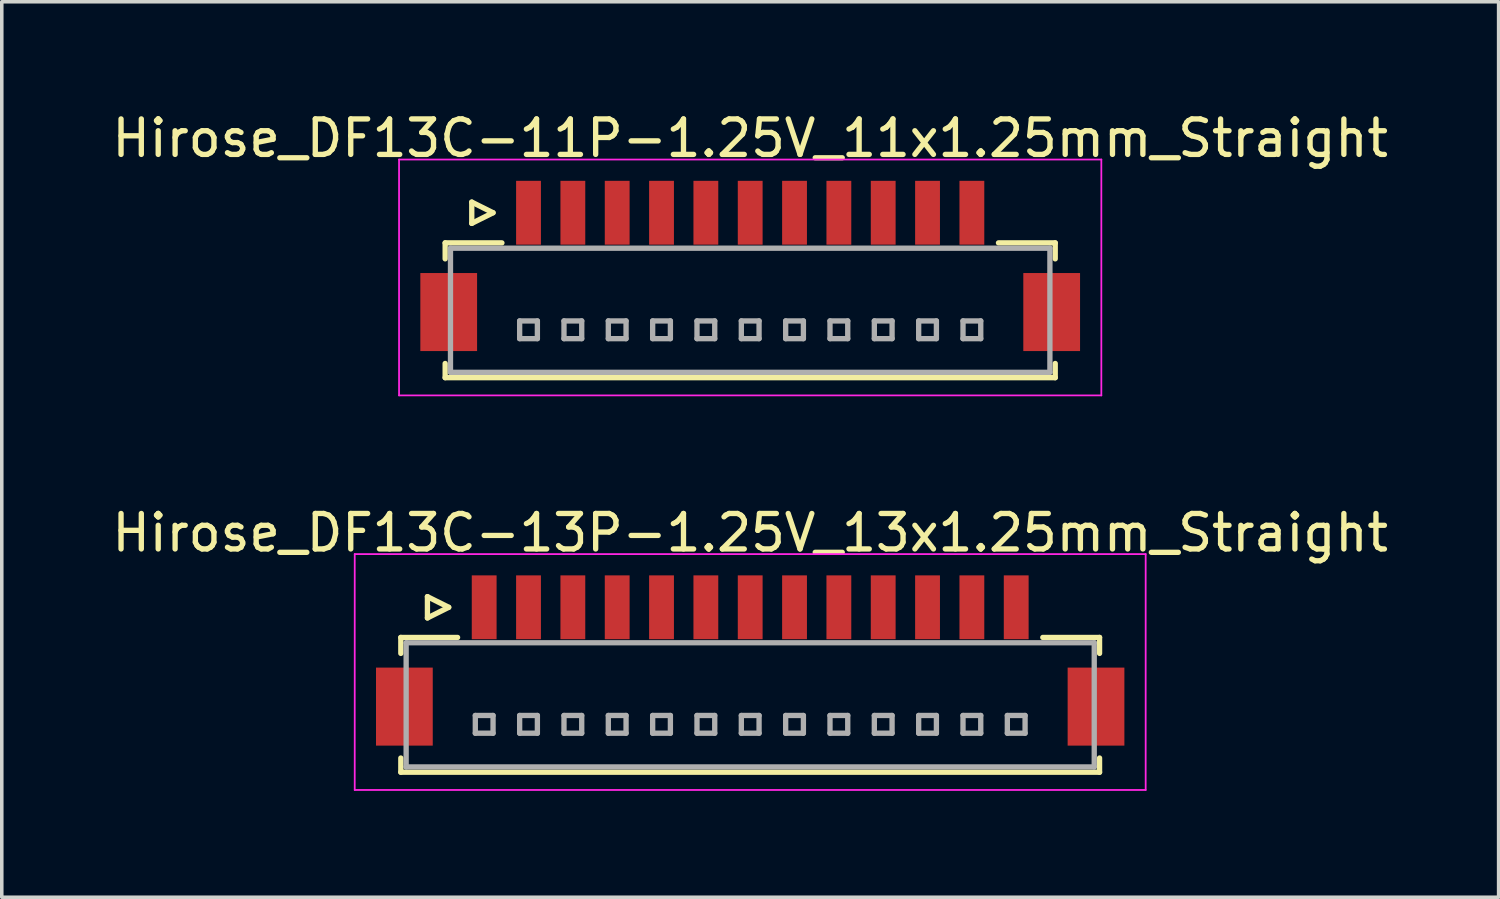
<source format=kicad_pcb>
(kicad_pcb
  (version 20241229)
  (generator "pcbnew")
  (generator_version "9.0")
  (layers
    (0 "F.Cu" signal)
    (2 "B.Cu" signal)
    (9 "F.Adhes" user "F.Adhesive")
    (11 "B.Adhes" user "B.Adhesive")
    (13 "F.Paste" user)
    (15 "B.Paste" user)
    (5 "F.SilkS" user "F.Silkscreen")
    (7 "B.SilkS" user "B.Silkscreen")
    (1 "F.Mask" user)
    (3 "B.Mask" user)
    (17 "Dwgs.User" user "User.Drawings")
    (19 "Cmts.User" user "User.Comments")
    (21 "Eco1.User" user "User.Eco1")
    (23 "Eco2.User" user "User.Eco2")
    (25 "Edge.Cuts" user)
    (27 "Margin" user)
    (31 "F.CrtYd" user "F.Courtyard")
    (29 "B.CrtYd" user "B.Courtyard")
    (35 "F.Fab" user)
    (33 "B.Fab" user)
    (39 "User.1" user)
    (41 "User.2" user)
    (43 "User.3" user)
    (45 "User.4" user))
  (footprint "Hirose_DF13C-13P-1.25V_13x1.25mm_Straight"
    (layer "F.Cu")
    (at 18.101 15.472)
    (property "Reference" "Hirose_DF13C-13P-1.25V_13x1.25mm_Straight" (at 0 -3.5 0) (layer "F.SilkS") (effects (font (size 1 1) (thickness 0.15))))
    (attr smd)
    (fp_line (start -9.85 -0.55) (end -9.85 -0.1) (stroke (width 0.15) (type solid)) (layer "F.SilkS"))
    (fp_line (start -9.85 -0.55) (end -8.25 -0.55) (stroke (width 0.15) (type solid)) (layer "F.SilkS"))
    (fp_line (start -9.85 3.25) (end -9.85 2.85) (stroke (width 0.15) (type solid)) (layer "F.SilkS"))
    (fp_line (start -9.85 3.25) (end 9.85 3.25) (stroke (width 0.15) (type solid)) (layer "F.SilkS"))
    (fp_line (start -9.1 -1.7) (end -9.1 -1.1) (stroke (width 0.15) (type solid)) (layer "F.SilkS"))
    (fp_line (start -9.1 -1.1) (end -8.5 -1.4) (stroke (width 0.15) (type solid)) (layer "F.SilkS"))
    (fp_line (start -8.5 -1.4) (end -9.1 -1.7) (stroke (width 0.15) (type solid)) (layer "F.SilkS"))
    (fp_line (start 9.85 -0.55) (end 8.25 -0.55) (stroke (width 0.15) (type solid)) (layer "F.SilkS"))
    (fp_line (start 9.85 -0.55) (end 9.85 -0.1) (stroke (width 0.15) (type solid)) (layer "F.SilkS"))
    (fp_line (start 9.85 3.25) (end 9.85 2.85) (stroke (width 0.15) (type solid)) (layer "F.SilkS"))
    (fp_line (start -11.15 -2.9) (end -11.15 3.75) (stroke (width 0.05) (type solid)) (layer "F.CrtYd"))
    (fp_line (start -11.15 3.75) (end 11.15 3.75) (stroke (width 0.05) (type solid)) (layer "F.CrtYd"))
    (fp_line (start 11.15 -2.9) (end -11.15 -2.9) (stroke (width 0.05) (type solid)) (layer "F.CrtYd"))
    (fp_line (start 11.15 3.75) (end 11.15 -2.9) (stroke (width 0.05) (type solid)) (layer "F.CrtYd"))
    (fp_line (start -9.7 -0.4) (end -9.7 3.1) (stroke (width 0.15) (type solid)) (layer "F.Fab"))
    (fp_line (start -9.7 3.1) (end 9.7 3.1) (stroke (width 0.15) (type solid)) (layer "F.Fab"))
    (fp_line (start -7.75 1.65) (end -7.75 2.15) (stroke (width 0.15) (type solid)) (layer "F.Fab"))
    (fp_line (start -7.75 2.15) (end -7.25 2.15) (stroke (width 0.15) (type solid)) (layer "F.Fab"))
    (fp_line (start -7.25 1.65) (end -7.75 1.65) (stroke (width 0.15) (type solid)) (layer "F.Fab"))
    (fp_line (start -7.25 2.15) (end -7.25 1.65) (stroke (width 0.15) (type solid)) (layer "F.Fab"))
    (fp_line (start -6.5 1.65) (end -6.5 2.15) (stroke (width 0.15) (type solid)) (layer "F.Fab"))
    (fp_line (start -6.5 2.15) (end -6 2.15) (stroke (width 0.15) (type solid)) (layer "F.Fab"))
    (fp_line (start -6 1.65) (end -6.5 1.65) (stroke (width 0.15) (type solid)) (layer "F.Fab"))
    (fp_line (start -6 2.15) (end -6 1.65) (stroke (width 0.15) (type solid)) (layer "F.Fab"))
    (fp_line (start -5.25 1.65) (end -5.25 2.15) (stroke (width 0.15) (type solid)) (layer "F.Fab"))
    (fp_line (start -5.25 2.15) (end -4.75 2.15) (stroke (width 0.15) (type solid)) (layer "F.Fab"))
    (fp_line (start -4.75 1.65) (end -5.25 1.65) (stroke (width 0.15) (type solid)) (layer "F.Fab"))
    (fp_line (start -4.75 2.15) (end -4.75 1.65) (stroke (width 0.15) (type solid)) (layer "F.Fab"))
    (fp_line (start -4 1.65) (end -4 2.15) (stroke (width 0.15) (type solid)) (layer "F.Fab"))
    (fp_line (start -4 2.15) (end -3.5 2.15) (stroke (width 0.15) (type solid)) (layer "F.Fab"))
    (fp_line (start -3.5 1.65) (end -4 1.65) (stroke (width 0.15) (type solid)) (layer "F.Fab"))
    (fp_line (start -3.5 2.15) (end -3.5 1.65) (stroke (width 0.15) (type solid)) (layer "F.Fab"))
    (fp_line (start -2.75 1.65) (end -2.75 2.15) (stroke (width 0.15) (type solid)) (layer "F.Fab"))
    (fp_line (start -2.75 2.15) (end -2.25 2.15) (stroke (width 0.15) (type solid)) (layer "F.Fab"))
    (fp_line (start -2.25 1.65) (end -2.75 1.65) (stroke (width 0.15) (type solid)) (layer "F.Fab"))
    (fp_line (start -2.25 2.15) (end -2.25 1.65) (stroke (width 0.15) (type solid)) (layer "F.Fab"))
    (fp_line (start -1.5 1.65) (end -1.5 2.15) (stroke (width 0.15) (type solid)) (layer "F.Fab"))
    (fp_line (start -1.5 2.15) (end -1 2.15) (stroke (width 0.15) (type solid)) (layer "F.Fab"))
    (fp_line (start -1 1.65) (end -1.5 1.65) (stroke (width 0.15) (type solid)) (layer "F.Fab"))
    (fp_line (start -1 2.15) (end -1 1.65) (stroke (width 0.15) (type solid)) (layer "F.Fab"))
    (fp_line (start -0.25 1.65) (end -0.25 2.15) (stroke (width 0.15) (type solid)) (layer "F.Fab"))
    (fp_line (start -0.25 2.15) (end 0.25 2.15) (stroke (width 0.15) (type solid)) (layer "F.Fab"))
    (fp_line (start 0.25 1.65) (end -0.25 1.65) (stroke (width 0.15) (type solid)) (layer "F.Fab"))
    (fp_line (start 0.25 2.15) (end 0.25 1.65) (stroke (width 0.15) (type solid)) (layer "F.Fab"))
    (fp_line (start 1 1.65) (end 1 2.15) (stroke (width 0.15) (type solid)) (layer "F.Fab"))
    (fp_line (start 1 2.15) (end 1.5 2.15) (stroke (width 0.15) (type solid)) (layer "F.Fab"))
    (fp_line (start 1.5 1.65) (end 1 1.65) (stroke (width 0.15) (type solid)) (layer "F.Fab"))
    (fp_line (start 1.5 2.15) (end 1.5 1.65) (stroke (width 0.15) (type solid)) (layer "F.Fab"))
    (fp_line (start 2.25 1.65) (end 2.25 2.15) (stroke (width 0.15) (type solid)) (layer "F.Fab"))
    (fp_line (start 2.25 2.15) (end 2.75 2.15) (stroke (width 0.15) (type solid)) (layer "F.Fab"))
    (fp_line (start 2.75 1.65) (end 2.25 1.65) (stroke (width 0.15) (type solid)) (layer "F.Fab"))
    (fp_line (start 2.75 2.15) (end 2.75 1.65) (stroke (width 0.15) (type solid)) (layer "F.Fab"))
    (fp_line (start 3.5 1.65) (end 3.5 2.15) (stroke (width 0.15) (type solid)) (layer "F.Fab"))
    (fp_line (start 3.5 2.15) (end 4 2.15) (stroke (width 0.15) (type solid)) (layer "F.Fab"))
    (fp_line (start 4 1.65) (end 3.5 1.65) (stroke (width 0.15) (type solid)) (layer "F.Fab"))
    (fp_line (start 4 2.15) (end 4 1.65) (stroke (width 0.15) (type solid)) (layer "F.Fab"))
    (fp_line (start 4.75 1.65) (end 4.75 2.15) (stroke (width 0.15) (type solid)) (layer "F.Fab"))
    (fp_line (start 4.75 2.15) (end 5.25 2.15) (stroke (width 0.15) (type solid)) (layer "F.Fab"))
    (fp_line (start 5.25 1.65) (end 4.75 1.65) (stroke (width 0.15) (type solid)) (layer "F.Fab"))
    (fp_line (start 5.25 2.15) (end 5.25 1.65) (stroke (width 0.15) (type solid)) (layer "F.Fab"))
    (fp_line (start 6 1.65) (end 6 2.15) (stroke (width 0.15) (type solid)) (layer "F.Fab"))
    (fp_line (start 6 2.15) (end 6.5 2.15) (stroke (width 0.15) (type solid)) (layer "F.Fab"))
    (fp_line (start 6.5 1.65) (end 6 1.65) (stroke (width 0.15) (type solid)) (layer "F.Fab"))
    (fp_line (start 6.5 2.15) (end 6.5 1.65) (stroke (width 0.15) (type solid)) (layer "F.Fab"))
    (fp_line (start 7.25 1.65) (end 7.25 2.15) (stroke (width 0.15) (type solid)) (layer "F.Fab"))
    (fp_line (start 7.25 2.15) (end 7.75 2.15) (stroke (width 0.15) (type solid)) (layer "F.Fab"))
    (fp_line (start 7.75 1.65) (end 7.25 1.65) (stroke (width 0.15) (type solid)) (layer "F.Fab"))
    (fp_line (start 7.75 2.15) (end 7.75 1.65) (stroke (width 0.15) (type solid)) (layer "F.Fab"))
    (fp_line (start 9.7 -0.4) (end -9.7 -0.4) (stroke (width 0.15) (type solid)) (layer "F.Fab"))
    (fp_line (start 9.7 3.1) (end 9.7 -0.4) (stroke (width 0.15) (type solid)) (layer "F.Fab"))
    (pad "" smd rect (at -9.75 1.4) (size 1.6 2.2) (layers "F.Cu" "F.Mask" "F.Paste"))
    (pad "" smd rect (at 9.75 1.4) (size 1.6 2.2) (layers "F.Cu" "F.Mask" "F.Paste"))
    (pad "1" smd rect (at -7.5 -1.4) (size 0.7 1.8) (layers "F.Cu" "F.Mask" "F.Paste"))
    (pad "2" smd rect (at -6.25 -1.4) (size 0.7 1.8) (layers "F.Cu" "F.Mask" "F.Paste"))
    (pad "3" smd rect (at -5 -1.4) (size 0.7 1.8) (layers "F.Cu" "F.Mask" "F.Paste"))
    (pad "4" smd rect (at -3.75 -1.4) (size 0.7 1.8) (layers "F.Cu" "F.Mask" "F.Paste"))
    (pad "5" smd rect (at -2.5 -1.4) (size 0.7 1.8) (layers "F.Cu" "F.Mask" "F.Paste"))
    (pad "6" smd rect (at -1.25 -1.4) (size 0.7 1.8) (layers "F.Cu" "F.Mask" "F.Paste"))
    (pad "7" smd rect (at 0 -1.4) (size 0.7 1.8) (layers "F.Cu" "F.Mask" "F.Paste"))
    (pad "8" smd rect (at 1.25 -1.4) (size 0.7 1.8) (layers "F.Cu" "F.Mask" "F.Paste"))
    (pad "9" smd rect (at 2.5 -1.4) (size 0.7 1.8) (layers "F.Cu" "F.Mask" "F.Paste"))
    (pad "10" smd rect (at 3.75 -1.4) (size 0.7 1.8) (layers "F.Cu" "F.Mask" "F.Paste"))
    (pad "11" smd rect (at 5 -1.4) (size 0.7 1.8) (layers "F.Cu" "F.Mask" "F.Paste"))
    (pad "12" smd rect (at 6.25 -1.4) (size 0.7 1.8) (layers "F.Cu" "F.Mask" "F.Paste"))
    (pad "13" smd rect (at 7.5 -1.4) (size 0.7 1.8) (layers "F.Cu" "F.Mask" "F.Paste")))
  (footprint "Hirose_DF13C-11P-1.25V_11x1.25mm_Straight"
    (layer "F.Cu")
    (at 18.101 4.348)
    (property "Reference" "Hirose_DF13C-11P-1.25V_11x1.25mm_Straight" (at 0 -3.5 0) (layer "F.SilkS") (effects (font (size 1 1) (thickness 0.15))))
    (attr smd)
    (fp_line (start -8.6 -0.55) (end -8.6 -0.1) (stroke (width 0.15) (type solid)) (layer "F.SilkS"))
    (fp_line (start -8.6 -0.55) (end -7 -0.55) (stroke (width 0.15) (type solid)) (layer "F.SilkS"))
    (fp_line (start -8.6 3.25) (end -8.6 2.85) (stroke (width 0.15) (type solid)) (layer "F.SilkS"))
    (fp_line (start -8.6 3.25) (end 8.6 3.25) (stroke (width 0.15) (type solid)) (layer "F.SilkS"))
    (fp_line (start -7.85 -1.7) (end -7.85 -1.1) (stroke (width 0.15) (type solid)) (layer "F.SilkS"))
    (fp_line (start -7.85 -1.1) (end -7.25 -1.4) (stroke (width 0.15) (type solid)) (layer "F.SilkS"))
    (fp_line (start -7.25 -1.4) (end -7.85 -1.7) (stroke (width 0.15) (type solid)) (layer "F.SilkS"))
    (fp_line (start 8.6 -0.55) (end 7 -0.55) (stroke (width 0.15) (type solid)) (layer "F.SilkS"))
    (fp_line (start 8.6 -0.55) (end 8.6 -0.1) (stroke (width 0.15) (type solid)) (layer "F.SilkS"))
    (fp_line (start 8.6 3.25) (end 8.6 2.85) (stroke (width 0.15) (type solid)) (layer "F.SilkS"))
    (fp_line (start -9.9 -2.9) (end -9.9 3.75) (stroke (width 0.05) (type solid)) (layer "F.CrtYd"))
    (fp_line (start -9.9 3.75) (end 9.9 3.75) (stroke (width 0.05) (type solid)) (layer "F.CrtYd"))
    (fp_line (start 9.9 -2.9) (end -9.9 -2.9) (stroke (width 0.05) (type solid)) (layer "F.CrtYd"))
    (fp_line (start 9.9 3.75) (end 9.9 -2.9) (stroke (width 0.05) (type solid)) (layer "F.CrtYd"))
    (fp_line (start -8.45 -0.4) (end -8.45 3.1) (stroke (width 0.15) (type solid)) (layer "F.Fab"))
    (fp_line (start -8.45 3.1) (end 8.45 3.1) (stroke (width 0.15) (type solid)) (layer "F.Fab"))
    (fp_line (start -6.5 1.65) (end -6.5 2.15) (stroke (width 0.15) (type solid)) (layer "F.Fab"))
    (fp_line (start -6.5 2.15) (end -6 2.15) (stroke (width 0.15) (type solid)) (layer "F.Fab"))
    (fp_line (start -6 1.65) (end -6.5 1.65) (stroke (width 0.15) (type solid)) (layer "F.Fab"))
    (fp_line (start -6 2.15) (end -6 1.65) (stroke (width 0.15) (type solid)) (layer "F.Fab"))
    (fp_line (start -5.25 1.65) (end -5.25 2.15) (stroke (width 0.15) (type solid)) (layer "F.Fab"))
    (fp_line (start -5.25 2.15) (end -4.75 2.15) (stroke (width 0.15) (type solid)) (layer "F.Fab"))
    (fp_line (start -4.75 1.65) (end -5.25 1.65) (stroke (width 0.15) (type solid)) (layer "F.Fab"))
    (fp_line (start -4.75 2.15) (end -4.75 1.65) (stroke (width 0.15) (type solid)) (layer "F.Fab"))
    (fp_line (start -4 1.65) (end -4 2.15) (stroke (width 0.15) (type solid)) (layer "F.Fab"))
    (fp_line (start -4 2.15) (end -3.5 2.15) (stroke (width 0.15) (type solid)) (layer "F.Fab"))
    (fp_line (start -3.5 1.65) (end -4 1.65) (stroke (width 0.15) (type solid)) (layer "F.Fab"))
    (fp_line (start -3.5 2.15) (end -3.5 1.65) (stroke (width 0.15) (type solid)) (layer "F.Fab"))
    (fp_line (start -2.75 1.65) (end -2.75 2.15) (stroke (width 0.15) (type solid)) (layer "F.Fab"))
    (fp_line (start -2.75 2.15) (end -2.25 2.15) (stroke (width 0.15) (type solid)) (layer "F.Fab"))
    (fp_line (start -2.25 1.65) (end -2.75 1.65) (stroke (width 0.15) (type solid)) (layer "F.Fab"))
    (fp_line (start -2.25 2.15) (end -2.25 1.65) (stroke (width 0.15) (type solid)) (layer "F.Fab"))
    (fp_line (start -1.5 1.65) (end -1.5 2.15) (stroke (width 0.15) (type solid)) (layer "F.Fab"))
    (fp_line (start -1.5 2.15) (end -1 2.15) (stroke (width 0.15) (type solid)) (layer "F.Fab"))
    (fp_line (start -1 1.65) (end -1.5 1.65) (stroke (width 0.15) (type solid)) (layer "F.Fab"))
    (fp_line (start -1 2.15) (end -1 1.65) (stroke (width 0.15) (type solid)) (layer "F.Fab"))
    (fp_line (start -0.25 1.65) (end -0.25 2.15) (stroke (width 0.15) (type solid)) (layer "F.Fab"))
    (fp_line (start -0.25 2.15) (end 0.25 2.15) (stroke (width 0.15) (type solid)) (layer "F.Fab"))
    (fp_line (start 0.25 1.65) (end -0.25 1.65) (stroke (width 0.15) (type solid)) (layer "F.Fab"))
    (fp_line (start 0.25 2.15) (end 0.25 1.65) (stroke (width 0.15) (type solid)) (layer "F.Fab"))
    (fp_line (start 1 1.65) (end 1 2.15) (stroke (width 0.15) (type solid)) (layer "F.Fab"))
    (fp_line (start 1 2.15) (end 1.5 2.15) (stroke (width 0.15) (type solid)) (layer "F.Fab"))
    (fp_line (start 1.5 1.65) (end 1 1.65) (stroke (width 0.15) (type solid)) (layer "F.Fab"))
    (fp_line (start 1.5 2.15) (end 1.5 1.65) (stroke (width 0.15) (type solid)) (layer "F.Fab"))
    (fp_line (start 2.25 1.65) (end 2.25 2.15) (stroke (width 0.15) (type solid)) (layer "F.Fab"))
    (fp_line (start 2.25 2.15) (end 2.75 2.15) (stroke (width 0.15) (type solid)) (layer "F.Fab"))
    (fp_line (start 2.75 1.65) (end 2.25 1.65) (stroke (width 0.15) (type solid)) (layer "F.Fab"))
    (fp_line (start 2.75 2.15) (end 2.75 1.65) (stroke (width 0.15) (type solid)) (layer "F.Fab"))
    (fp_line (start 3.5 1.65) (end 3.5 2.15) (stroke (width 0.15) (type solid)) (layer "F.Fab"))
    (fp_line (start 3.5 2.15) (end 4 2.15) (stroke (width 0.15) (type solid)) (layer "F.Fab"))
    (fp_line (start 4 1.65) (end 3.5 1.65) (stroke (width 0.15) (type solid)) (layer "F.Fab"))
    (fp_line (start 4 2.15) (end 4 1.65) (stroke (width 0.15) (type solid)) (layer "F.Fab"))
    (fp_line (start 4.75 1.65) (end 4.75 2.15) (stroke (width 0.15) (type solid)) (layer "F.Fab"))
    (fp_line (start 4.75 2.15) (end 5.25 2.15) (stroke (width 0.15) (type solid)) (layer "F.Fab"))
    (fp_line (start 5.25 1.65) (end 4.75 1.65) (stroke (width 0.15) (type solid)) (layer "F.Fab"))
    (fp_line (start 5.25 2.15) (end 5.25 1.65) (stroke (width 0.15) (type solid)) (layer "F.Fab"))
    (fp_line (start 6 1.65) (end 6 2.15) (stroke (width 0.15) (type solid)) (layer "F.Fab"))
    (fp_line (start 6 2.15) (end 6.5 2.15) (stroke (width 0.15) (type solid)) (layer "F.Fab"))
    (fp_line (start 6.5 1.65) (end 6 1.65) (stroke (width 0.15) (type solid)) (layer "F.Fab"))
    (fp_line (start 6.5 2.15) (end 6.5 1.65) (stroke (width 0.15) (type solid)) (layer "F.Fab"))
    (fp_line (start 8.45 -0.4) (end -8.45 -0.4) (stroke (width 0.15) (type solid)) (layer "F.Fab"))
    (fp_line (start 8.45 3.1) (end 8.45 -0.4) (stroke (width 0.15) (type solid)) (layer "F.Fab"))
    (pad "" smd rect (at -8.5 1.4) (size 1.6 2.2) (layers "F.Cu" "F.Mask" "F.Paste"))
    (pad "" smd rect (at 8.5 1.4) (size 1.6 2.2) (layers "F.Cu" "F.Mask" "F.Paste"))
    (pad "1" smd rect (at -6.25 -1.4) (size 0.7 1.8) (layers "F.Cu" "F.Mask" "F.Paste"))
    (pad "2" smd rect (at -5 -1.4) (size 0.7 1.8) (layers "F.Cu" "F.Mask" "F.Paste"))
    (pad "3" smd rect (at -3.75 -1.4) (size 0.7 1.8) (layers "F.Cu" "F.Mask" "F.Paste"))
    (pad "4" smd rect (at -2.5 -1.4) (size 0.7 1.8) (layers "F.Cu" "F.Mask" "F.Paste"))
    (pad "5" smd rect (at -1.25 -1.4) (size 0.7 1.8) (layers "F.Cu" "F.Mask" "F.Paste"))
    (pad "6" smd rect (at 0 -1.4) (size 0.7 1.8) (layers "F.Cu" "F.Mask" "F.Paste"))
    (pad "7" smd rect (at 1.25 -1.4) (size 0.7 1.8) (layers "F.Cu" "F.Mask" "F.Paste"))
    (pad "8" smd rect (at 2.5 -1.4) (size 0.7 1.8) (layers "F.Cu" "F.Mask" "F.Paste"))
    (pad "9" smd rect (at 3.75 -1.4) (size 0.7 1.8) (layers "F.Cu" "F.Mask" "F.Paste"))
    (pad "10" smd rect (at 5 -1.4) (size 0.7 1.8) (layers "F.Cu" "F.Mask" "F.Paste"))
    (pad "11" smd rect (at 6.25 -1.4) (size 0.7 1.8) (layers "F.Cu" "F.Mask" "F.Paste")))
  (gr_rect
    (start -3 -3)
    (end 39.202 22.247)
    (stroke (width 0.1) (type default))
    (fill no)
    (layer "Edge.Cuts")))
</source>
